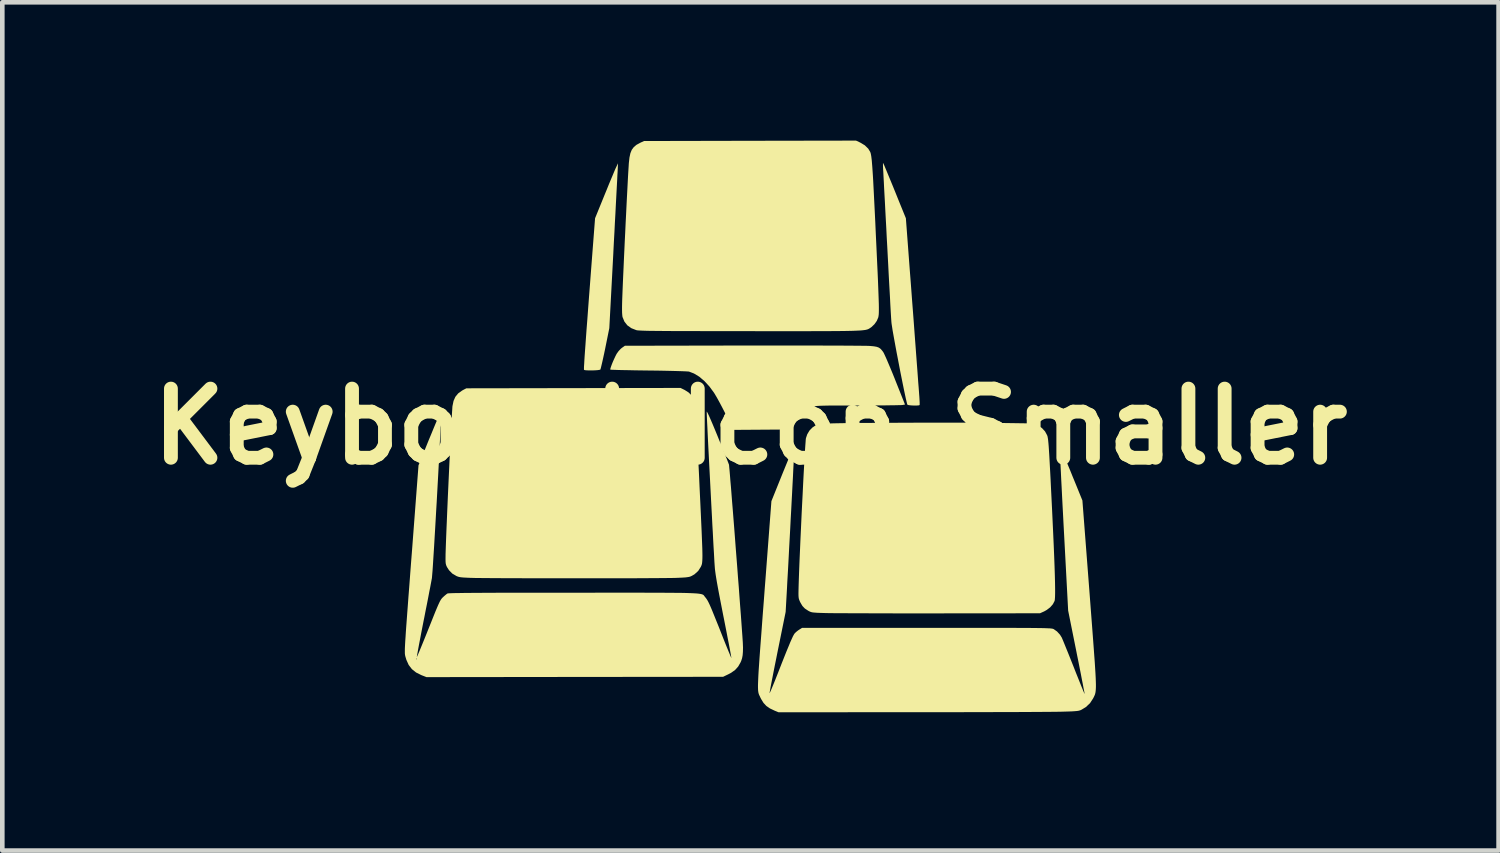
<source format=kicad_pcb>
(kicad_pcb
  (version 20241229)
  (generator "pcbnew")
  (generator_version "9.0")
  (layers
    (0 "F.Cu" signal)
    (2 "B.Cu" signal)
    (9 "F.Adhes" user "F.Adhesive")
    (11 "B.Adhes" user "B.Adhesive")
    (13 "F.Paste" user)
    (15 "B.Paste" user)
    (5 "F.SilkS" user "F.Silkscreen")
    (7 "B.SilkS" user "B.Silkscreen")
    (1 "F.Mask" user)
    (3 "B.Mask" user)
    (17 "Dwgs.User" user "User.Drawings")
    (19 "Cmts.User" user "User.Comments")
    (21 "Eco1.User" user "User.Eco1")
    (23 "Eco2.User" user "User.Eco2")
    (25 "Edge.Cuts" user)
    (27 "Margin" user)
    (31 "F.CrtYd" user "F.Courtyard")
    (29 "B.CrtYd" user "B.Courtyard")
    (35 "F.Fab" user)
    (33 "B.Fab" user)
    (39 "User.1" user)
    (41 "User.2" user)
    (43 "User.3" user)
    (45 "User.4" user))
  (footprint "Keyboard Icon Smaller"
    (layer "F.Cu")
    (at 13.229 6.201)
    (property "Reference" "Keyboard Icon Smaller" (at 0 0 0) (layer "F.SilkS") (effects (font (size 1.5 1.5) (thickness 0.3))))
    (attr board_only exclude_from_pos_files exclude_from_bom)
    (fp_poly (pts (xy -2.881 -5.548) (xy -2.883 -5.511) (xy -2.887 -5.448) (xy -2.891 -5.359) (xy -2.897 -5.248) (xy -2.904 -5.116) (xy -2.912 -4.965) (xy -2.921 -4.797) (xy -2.93 -4.615) (xy -2.941 -4.421) (xy -2.951 -4.216) (xy -2.963 -4.004) (xy -2.974 -3.785) (xy -2.975 -3.759) (xy -3.062 -2.133) (xy -3.151 -1.693) (xy -3.174 -1.583) (xy -3.196 -1.482) (xy -3.216 -1.393) (xy -3.233 -1.321) (xy -3.246 -1.268) (xy -3.254 -1.239) (xy -3.256 -1.235) (xy -3.276 -1.228) (xy -3.318 -1.222) (xy -3.373 -1.218) (xy -3.436 -1.216) (xy -3.498 -1.216) (xy -3.553 -1.218) (xy -3.593 -1.222) (xy -3.611 -1.229) (xy -3.612 -1.238) (xy -3.612 -1.263) (xy -3.611 -1.303) (xy -3.607 -1.36) (xy -3.603 -1.435) (xy -3.597 -1.529) (xy -3.589 -1.643) (xy -3.579 -1.778) (xy -3.568 -1.935) (xy -3.555 -2.114) (xy -3.539 -2.318) (xy -3.522 -2.548) (xy -3.503 -2.803) (xy -3.481 -3.085) (xy -3.459 -3.376) (xy -3.371 -4.517) (xy -3.165 -5.023) (xy -3.116 -5.142) (xy -3.07 -5.256) (xy -3.026 -5.361) (xy -2.987 -5.454) (xy -2.955 -5.531) (xy -2.931 -5.587) (xy -2.916 -5.619) (xy -2.874 -5.709)) (stroke (width 0) (type solid)) (fill yes) (layer "F.SilkS"))
    (fp_poly (pts (xy 2.885 -5.699) (xy 2.905 -5.656) (xy 2.934 -5.586) (xy 2.974 -5.49) (xy 3.024 -5.369) (xy 3.084 -5.224) (xy 3.153 -5.054) (xy 3.215 -4.9) (xy 3.371 -4.517) (xy 3.458 -3.361) (xy 3.474 -3.157) (xy 3.49 -2.945) (xy 3.506 -2.728) (xy 3.523 -2.512) (xy 3.539 -2.301) (xy 3.554 -2.098) (xy 3.568 -1.909) (xy 3.581 -1.738) (xy 3.592 -1.588) (xy 3.598 -1.51) (xy 3.609 -1.363) (xy 3.62 -1.219) (xy 3.63 -1.082) (xy 3.639 -0.956) (xy 3.648 -0.845) (xy 3.655 -0.753) (xy 3.66 -0.682) (xy 3.663 -0.645) (xy 3.667 -0.577) (xy 3.67 -0.521) (xy 3.67 -0.481) (xy 3.669 -0.465) (xy 3.651 -0.458) (xy 3.612 -0.455) (xy 3.561 -0.454) (xy 3.506 -0.456) (xy 3.456 -0.46) (xy 3.419 -0.466) (xy 3.404 -0.473) (xy 3.397 -0.492) (xy 3.386 -0.538) (xy 3.37 -0.606) (xy 3.351 -0.694) (xy 3.329 -0.798) (xy 3.305 -0.916) (xy 3.279 -1.045) (xy 3.252 -1.18) (xy 3.225 -1.32) (xy 3.198 -1.462) (xy 3.171 -1.601) (xy 3.146 -1.736) (xy 3.123 -1.862) (xy 3.102 -1.978) (xy 3.084 -2.079) (xy 3.071 -2.164) (xy 3.061 -2.228) (xy 3.057 -2.264) (xy 3.055 -2.293) (xy 3.051 -2.349) (xy 3.046 -2.43) (xy 3.04 -2.534) (xy 3.033 -2.659) (xy 3.026 -2.802) (xy 3.017 -2.962) (xy 3.007 -3.137) (xy 2.997 -3.324) (xy 2.987 -3.522) (xy 2.976 -3.728) (xy 2.968 -3.884) (xy 2.956 -4.096) (xy 2.946 -4.302) (xy 2.935 -4.501) (xy 2.925 -4.689) (xy 2.916 -4.865) (xy 2.907 -5.027) (xy 2.899 -5.172) (xy 2.893 -5.298) (xy 2.887 -5.402) (xy 2.883 -5.484) (xy 2.88 -5.54) (xy 2.878 -5.562) (xy 2.875 -5.626) (xy 2.874 -5.677) (xy 2.874 -5.708) (xy 2.876 -5.716)) (stroke (width 0) (type solid)) (fill yes) (layer "F.SilkS"))
    (fp_poly (pts (xy 0.908 -1.756) (xy 1.148 -1.756) (xy 1.376 -1.756) (xy 1.589 -1.755) (xy 1.786 -1.755) (xy 1.966 -1.754) (xy 2.126 -1.753) (xy 2.266 -1.752) (xy 2.384 -1.751) (xy 2.477 -1.75) (xy 2.545 -1.749) (xy 2.585 -1.747) (xy 2.591 -1.747) (xy 2.676 -1.739) (xy 2.738 -1.728) (xy 2.784 -1.711) (xy 2.82 -1.686) (xy 2.854 -1.648) (xy 2.879 -1.615) (xy 2.894 -1.588) (xy 2.918 -1.537) (xy 2.95 -1.466) (xy 2.988 -1.377) (xy 3.031 -1.275) (xy 3.078 -1.162) (xy 3.127 -1.041) (xy 3.137 -1.015) (xy 3.352 -0.476) (xy 3.299 -0.466) (xy 3.276 -0.464) (xy 3.225 -0.463) (xy 3.151 -0.461) (xy 3.055 -0.46) (xy 2.941 -0.458) (xy 2.81 -0.457) (xy 2.667 -0.456) (xy 2.512 -0.456) (xy 2.35 -0.455) (xy 2.323 -0.455) (xy 2.132 -0.455) (xy 1.969 -0.455) (xy 1.829 -0.455) (xy 1.712 -0.454) (xy 1.614 -0.452) (xy 1.533 -0.45) (xy 1.467 -0.447) (xy 1.412 -0.442) (xy 1.368 -0.436) (xy 1.331 -0.428) (xy 1.298 -0.418) (xy 1.268 -0.406) (xy 1.237 -0.392) (xy 1.204 -0.376) (xy 1.167 -0.357) (xy 1.107 -0.318) (xy 1.038 -0.26) (xy 0.965 -0.188) (xy 0.895 -0.108) (xy 0.835 -0.029) (xy 0.768 0.066) (xy 0.193 0.07) (xy -0.382 0.074) (xy -0.436 -0.047) (xy -0.49 -0.166) (xy -0.55 -0.29) (xy -0.613 -0.413) (xy -0.675 -0.53) (xy -0.732 -0.633) (xy -0.782 -0.717) (xy -0.792 -0.733) (xy -0.892 -0.869) (xy -0.999 -0.985) (xy -1.111 -1.08) (xy -1.225 -1.149) (xy -1.334 -1.191) (xy -1.358 -1.193) (xy -1.408 -1.196) (xy -1.482 -1.199) (xy -1.577 -1.202) (xy -1.69 -1.205) (xy -1.818 -1.208) (xy -1.958 -1.211) (xy -2.108 -1.213) (xy -2.208 -1.214) (xy -2.361 -1.216) (xy -2.505 -1.218) (xy -2.637 -1.221) (xy -2.755 -1.223) (xy -2.856 -1.225) (xy -2.938 -1.228) (xy -2.998 -1.23) (xy -3.033 -1.232) (xy -3.041 -1.233) (xy -3.04 -1.251) (xy -3.029 -1.288) (xy -3.01 -1.341) (xy -2.986 -1.401) (xy -2.958 -1.464) (xy -2.93 -1.524) (xy -2.904 -1.574) (xy -2.897 -1.585) (xy -2.86 -1.636) (xy -2.814 -1.685) (xy -2.787 -1.707) (xy -2.724 -1.751) (xy -0.149 -1.756) (xy 0.126 -1.756) (xy 0.395 -1.756) (xy 0.656 -1.756)) (stroke (width 0) (type solid)) (fill yes) (layer "F.SilkS"))
    (fp_poly (pts (xy -1.426 -0.791) (xy -1.341 -0.737) (xy -1.273 -0.67) (xy -1.229 -0.595) (xy -1.219 -0.564) (xy -1.214 -0.541) (xy -1.209 -0.509) (xy -1.204 -0.466) (xy -1.198 -0.412) (xy -1.192 -0.345) (xy -1.186 -0.263) (xy -1.18 -0.166) (xy -1.173 -0.052) (xy -1.165 0.079) (xy -1.157 0.231) (xy -1.148 0.402) (xy -1.138 0.596) (xy -1.128 0.812) (xy -1.116 1.053) (xy -1.104 1.32) (xy -1.09 1.614) (xy -1.077 1.89) (xy -1.068 2.091) (xy -1.06 2.265) (xy -1.054 2.415) (xy -1.049 2.541) (xy -1.045 2.647) (xy -1.043 2.735) (xy -1.042 2.807) (xy -1.043 2.865) (xy -1.045 2.91) (xy -1.048 2.947) (xy -1.052 2.976) (xy -1.058 2.999) (xy -1.066 3.02) (xy -1.075 3.04) (xy -1.075 3.041) (xy -1.134 3.134) (xy -1.215 3.207) (xy -1.274 3.241) (xy -1.3 3.253) (xy -1.328 3.262) (xy -1.364 3.268) (xy -1.41 3.274) (xy -1.474 3.278) (xy -1.558 3.282) (xy -1.634 3.285) (xy -1.687 3.286) (xy -1.767 3.287) (xy -1.872 3.288) (xy -1.999 3.289) (xy -2.147 3.29) (xy -2.313 3.291) (xy -2.495 3.292) (xy -2.691 3.292) (xy -2.898 3.293) (xy -3.115 3.293) (xy -3.339 3.293) (xy -3.568 3.293) (xy -3.799 3.293) (xy -4.032 3.293) (xy -4.262 3.293) (xy -4.488 3.293) (xy -4.708 3.292) (xy -4.92 3.292) (xy -5.121 3.291) (xy -5.31 3.291) (xy -5.483 3.29) (xy -5.639 3.289) (xy -5.776 3.288) (xy -5.891 3.287) (xy -5.982 3.286) (xy -6.047 3.284) (xy -6.061 3.284) (xy -6.156 3.28) (xy -6.228 3.276) (xy -6.282 3.271) (xy -6.322 3.264) (xy -6.353 3.254) (xy -6.376 3.245) (xy -6.469 3.19) (xy -6.539 3.118) (xy -6.578 3.058) (xy -6.594 3.027) (xy -6.604 2.999) (xy -6.611 2.968) (xy -6.614 2.929) (xy -6.615 2.874) (xy -6.614 2.797) (xy -6.614 2.777) (xy -6.612 2.709) (xy -6.609 2.617) (xy -6.605 2.503) (xy -6.6 2.371) (xy -6.594 2.223) (xy -6.587 2.06) (xy -6.58 1.887) (xy -6.572 1.704) (xy -6.564 1.515) (xy -6.555 1.321) (xy -6.546 1.126) (xy -6.537 0.932) (xy -6.528 0.741) (xy -6.519 0.556) (xy -6.51 0.379) (xy -6.502 0.212) (xy -6.494 0.059) (xy -6.487 -0.079) (xy -6.48 -0.198) (xy -6.474 -0.298) (xy -6.469 -0.374) (xy -6.466 -0.426) (xy -6.464 -0.443) (xy -6.441 -0.554) (xy -6.401 -0.644) (xy -6.341 -0.717) (xy -6.257 -0.778) (xy -6.229 -0.794) (xy -6.163 -0.828) (xy -3.84 -0.832) (xy -1.517 -0.836)) (stroke (width 0) (type solid)) (fill yes) (layer "F.SilkS"))
    (fp_poly (pts (xy 2.38 -6.159) (xy 2.48 -6.099) (xy 2.554 -6.027) (xy 2.597 -5.956) (xy 2.603 -5.94) (xy 2.609 -5.92) (xy 2.614 -5.895) (xy 2.62 -5.862) (xy 2.625 -5.822) (xy 2.631 -5.772) (xy 2.636 -5.711) (xy 2.642 -5.637) (xy 2.648 -5.55) (xy 2.655 -5.447) (xy 2.662 -5.328) (xy 2.669 -5.191) (xy 2.677 -5.035) (xy 2.686 -4.858) (xy 2.696 -4.659) (xy 2.707 -4.437) (xy 2.718 -4.189) (xy 2.731 -3.916) (xy 2.745 -3.614) (xy 2.748 -3.547) (xy 2.758 -3.337) (xy 2.766 -3.155) (xy 2.772 -2.998) (xy 2.777 -2.864) (xy 2.781 -2.751) (xy 2.784 -2.657) (xy 2.785 -2.58) (xy 2.785 -2.517) (xy 2.784 -2.467) (xy 2.782 -2.428) (xy 2.778 -2.398) (xy 2.774 -2.374) (xy 2.772 -2.366) (xy 2.74 -2.29) (xy 2.688 -2.217) (xy 2.626 -2.158) (xy 2.613 -2.148) (xy 2.597 -2.138) (xy 2.583 -2.128) (xy 2.569 -2.12) (xy 2.554 -2.112) (xy 2.535 -2.105) (xy 2.513 -2.099) (xy 2.485 -2.093) (xy 2.45 -2.089) (xy 2.407 -2.084) (xy 2.355 -2.081) (xy 2.291 -2.078) (xy 2.216 -2.075) (xy 2.126 -2.073) (xy 2.022 -2.071) (xy 1.902 -2.07) (xy 1.763 -2.069) (xy 1.606 -2.068) (xy 1.429 -2.068) (xy 1.229 -2.067) (xy 1.007 -2.067) (xy 0.76 -2.067) (xy 0.487 -2.067) (xy 0.188 -2.067) (xy -0.007 -2.068) (xy -0.322 -2.068) (xy -0.609 -2.068) (xy -0.869 -2.068) (xy -1.104 -2.069) (xy -1.315 -2.069) (xy -1.504 -2.069) (xy -1.67 -2.07) (xy -1.817 -2.071) (xy -1.945 -2.072) (xy -2.055 -2.073) (xy -2.15 -2.074) (xy -2.229 -2.075) (xy -2.295 -2.077) (xy -2.349 -2.079) (xy -2.391 -2.081) (xy -2.425 -2.083) (xy -2.449 -2.085) (xy -2.467 -2.088) (xy -2.477 -2.09) (xy -2.584 -2.132) (xy -2.67 -2.193) (xy -2.734 -2.274) (xy -2.775 -2.373) (xy -2.777 -2.382) (xy -2.781 -2.414) (xy -2.785 -2.468) (xy -2.786 -2.535) (xy -2.786 -2.594) (xy -2.785 -2.65) (xy -2.783 -2.731) (xy -2.779 -2.837) (xy -2.774 -2.964) (xy -2.768 -3.109) (xy -2.761 -3.27) (xy -2.753 -3.444) (xy -2.745 -3.628) (xy -2.736 -3.819) (xy -2.727 -4.015) (xy -2.717 -4.213) (xy -2.708 -4.41) (xy -2.698 -4.604) (xy -2.689 -4.792) (xy -2.68 -4.971) (xy -2.671 -5.138) (xy -2.663 -5.291) (xy -2.656 -5.427) (xy -2.649 -5.543) (xy -2.643 -5.636) (xy -2.639 -5.704) (xy -2.638 -5.716) (xy -2.625 -5.834) (xy -2.605 -5.927) (xy -2.575 -6.001) (xy -2.532 -6.059) (xy -2.475 -6.108) (xy -2.399 -6.15) (xy -2.381 -6.159) (xy -2.308 -6.192) (xy -0.009 -6.197) (xy 2.29 -6.201)) (stroke (width 0) (type solid)) (fill yes) (layer "F.SilkS"))
    (fp_poly (pts (xy 4.249 -0.083) (xy 4.474 -0.083) (xy 4.687 -0.082) (xy 4.886 -0.081) (xy 5.066 -0.08) (xy 5.225 -0.079) (xy 5.357 -0.077) (xy 5.364 -0.077) (xy 6.148 -0.066) (xy 6.232 -0.025) (xy 6.32 0.032) (xy 6.389 0.106) (xy 6.435 0.191) (xy 6.442 0.21) (xy 6.446 0.228) (xy 6.45 0.251) (xy 6.455 0.282) (xy 6.459 0.321) (xy 6.464 0.371) (xy 6.469 0.433) (xy 6.474 0.509) (xy 6.48 0.601) (xy 6.486 0.709) (xy 6.493 0.836) (xy 6.501 0.982) (xy 6.51 1.151) (xy 6.519 1.342) (xy 6.53 1.559) (xy 6.542 1.802) (xy 6.552 2.015) (xy 6.566 2.313) (xy 6.578 2.582) (xy 6.588 2.823) (xy 6.596 3.036) (xy 6.602 3.222) (xy 6.606 3.381) (xy 6.608 3.513) (xy 6.608 3.619) (xy 6.606 3.699) (xy 6.602 3.755) (xy 6.597 3.784) (xy 6.56 3.855) (xy 6.501 3.923) (xy 6.426 3.98) (xy 6.373 4.01) (xy 6.28 4.052) (xy 4.097 4.054) (xy 3.84 4.054) (xy 3.589 4.054) (xy 3.343 4.054) (xy 3.106 4.054) (xy 2.88 4.053) (xy 2.665 4.053) (xy 2.465 4.052) (xy 2.281 4.052) (xy 2.115 4.051) (xy 1.968 4.05) (xy 1.843 4.05) (xy 1.742 4.049) (xy 1.667 4.048) (xy 1.62 4.047) (xy 1.52 4.044) (xy 1.444 4.041) (xy 1.389 4.037) (xy 1.348 4.033) (xy 1.317 4.026) (xy 1.292 4.017) (xy 1.267 4.005) (xy 1.248 3.994) (xy 1.18 3.949) (xy 1.127 3.894) (xy 1.084 3.821) (xy 1.068 3.788) (xy 1.058 3.763) (xy 1.05 3.739) (xy 1.045 3.711) (xy 1.042 3.675) (xy 1.041 3.626) (xy 1.042 3.56) (xy 1.044 3.472) (xy 1.046 3.406) (xy 1.05 3.284) (xy 1.055 3.144) (xy 1.061 2.989) (xy 1.068 2.821) (xy 1.076 2.643) (xy 1.084 2.456) (xy 1.093 2.263) (xy 1.102 2.067) (xy 1.111 1.87) (xy 1.121 1.673) (xy 1.131 1.48) (xy 1.14 1.293) (xy 1.149 1.114) (xy 1.158 0.946) (xy 1.167 0.79) (xy 1.175 0.649) (xy 1.182 0.526) (xy 1.189 0.423) (xy 1.195 0.342) (xy 1.199 0.285) (xy 1.203 0.255) (xy 1.203 0.254) (xy 1.232 0.168) (xy 1.281 0.087) (xy 1.343 0.023) (xy 1.362 0.01) (xy 1.381 -0.003) (xy 1.399 -0.014) (xy 1.418 -0.024) (xy 1.439 -0.033) (xy 1.464 -0.041) (xy 1.495 -0.047) (xy 1.533 -0.053) (xy 1.581 -0.058) (xy 1.64 -0.062) (xy 1.711 -0.065) (xy 1.797 -0.068) (xy 1.9 -0.07) (xy 2.02 -0.072) (xy 2.161 -0.074) (xy 2.322 -0.076) (xy 2.507 -0.077) (xy 2.717 -0.078) (xy 2.954 -0.079) (xy 3.078 -0.08) (xy 3.306 -0.081) (xy 3.541 -0.082) (xy 3.779 -0.083) (xy 4.016 -0.083)) (stroke (width 0) (type solid)) (fill yes) (layer "F.SilkS"))
    (fp_poly (pts (xy 0.952 0.439) (xy 0.952 0.454) (xy 0.952 0.476) (xy 0.949 0.525) (xy 0.946 0.599) (xy 0.941 0.695) (xy 0.935 0.812) (xy 0.928 0.947) (xy 0.921 1.098) (xy 0.912 1.263) (xy 0.903 1.439) (xy 0.893 1.625) (xy 0.883 1.818) (xy 0.872 2.015) (xy 0.862 2.216) (xy 0.851 2.417) (xy 0.84 2.616) (xy 0.83 2.811) (xy 0.82 3) (xy 0.81 3.181) (xy 0.8 3.351) (xy 0.792 3.509) (xy 0.792 3.51) (xy 0.763 4.023) (xy 0.586 4.895) (xy 0.555 5.051) (xy 0.525 5.199) (xy 0.498 5.336) (xy 0.474 5.459) (xy 0.453 5.566) (xy 0.436 5.655) (xy 0.424 5.723) (xy 0.416 5.767) (xy 0.414 5.785) (xy 0.414 5.785) (xy 0.42 5.776) (xy 0.435 5.743) (xy 0.459 5.688) (xy 0.489 5.615) (xy 0.525 5.527) (xy 0.565 5.426) (xy 0.6 5.338) (xy 0.67 5.158) (xy 0.731 5.004) (xy 0.783 4.874) (xy 0.828 4.766) (xy 0.864 4.678) (xy 0.895 4.609) (xy 0.919 4.556) (xy 0.939 4.519) (xy 0.954 4.494) (xy 0.957 4.491) (xy 0.987 4.46) (xy 1.031 4.425) (xy 1.053 4.41) (xy 1.12 4.368) (xy 3.822 4.368) (xy 4.152 4.368) (xy 4.454 4.368) (xy 4.73 4.368) (xy 4.98 4.368) (xy 5.206 4.368) (xy 5.409 4.368) (xy 5.59 4.369) (xy 5.751 4.369) (xy 5.893 4.37) (xy 6.017 4.37) (xy 6.124 4.371) (xy 6.216 4.372) (xy 6.294 4.373) (xy 6.359 4.374) (xy 6.412 4.376) (xy 6.456 4.378) (xy 6.49 4.379) (xy 6.516 4.382) (xy 6.537 4.384) (xy 6.552 4.387) (xy 6.563 4.389) (xy 6.571 4.393) (xy 6.578 4.396) (xy 6.65 4.447) (xy 6.714 4.517) (xy 6.753 4.58) (xy 6.764 4.606) (xy 6.785 4.656) (xy 6.814 4.727) (xy 6.85 4.816) (xy 6.892 4.919) (xy 6.938 5.034) (xy 6.987 5.157) (xy 7.013 5.222) (xy 7.061 5.345) (xy 7.107 5.459) (xy 7.148 5.562) (xy 7.183 5.649) (xy 7.212 5.719) (xy 7.233 5.77) (xy 7.245 5.797) (xy 7.248 5.801) (xy 7.246 5.787) (xy 7.239 5.745) (xy 7.226 5.681) (xy 7.21 5.594) (xy 7.189 5.489) (xy 7.166 5.367) (xy 7.139 5.231) (xy 7.11 5.084) (xy 7.078 4.927) (xy 7.072 4.895) (xy 6.891 3.994) (xy 6.802 2.323) (xy 6.79 2.102) (xy 6.779 1.888) (xy 6.768 1.683) (xy 6.758 1.488) (xy 6.749 1.306) (xy 6.74 1.139) (xy 6.733 0.988) (xy 6.726 0.857) (xy 6.721 0.745) (xy 6.717 0.657) (xy 6.714 0.593) (xy 6.713 0.556) (xy 6.713 0.55) (xy 6.714 0.497) (xy 6.716 0.469) (xy 6.721 0.464) (xy 6.73 0.476) (xy 6.737 0.49) (xy 6.746 0.508) (xy 6.758 0.532) (xy 6.773 0.567) (xy 6.793 0.613) (xy 6.818 0.673) (xy 6.85 0.749) (xy 6.889 0.844) (xy 6.937 0.959) (xy 6.993 1.098) (xy 7.039 1.209) (xy 7.2 1.605) (xy 7.355 3.613) (xy 7.377 3.902) (xy 7.397 4.165) (xy 7.415 4.4) (xy 7.431 4.612) (xy 7.445 4.8) (xy 7.457 4.966) (xy 7.468 5.112) (xy 7.476 5.239) (xy 7.483 5.35) (xy 7.488 5.444) (xy 7.491 5.524) (xy 7.493 5.592) (xy 7.493 5.649) (xy 7.491 5.696) (xy 7.488 5.734) (xy 7.484 5.766) (xy 7.478 5.793) (xy 7.471 5.817) (xy 7.462 5.838) (xy 7.453 5.858) (xy 7.442 5.88) (xy 7.431 5.901) (xy 7.365 6.002) (xy 7.276 6.086) (xy 7.187 6.14) (xy 7.164 6.152) (xy 7.141 6.16) (xy 7.114 6.167) (xy 7.079 6.172) (xy 7.032 6.176) (xy 6.968 6.18) (xy 6.885 6.183) (xy 6.778 6.186) (xy 6.742 6.187) (xy 6.689 6.188) (xy 6.609 6.189) (xy 6.502 6.19) (xy 6.372 6.191) (xy 6.218 6.192) (xy 6.043 6.193) (xy 5.849 6.194) (xy 5.638 6.195) (xy 5.41 6.195) (xy 5.168 6.196) (xy 4.913 6.197) (xy 4.646 6.197) (xy 4.371 6.198) (xy 4.087 6.198) (xy 3.798 6.198) (xy 3.503 6.198) (xy 3.488 6.198) (xy 0.608 6.199) (xy 0.523 6.164) (xy 0.422 6.116) (xy 0.344 6.062) (xy 0.282 5.995) (xy 0.23 5.91) (xy 0.21 5.87) (xy 0.202 5.851) (xy 0.193 5.834) (xy 0.186 5.818) (xy 0.18 5.801) (xy 0.174 5.782) (xy 0.17 5.76) (xy 0.166 5.732) (xy 0.164 5.699) (xy 0.163 5.657) (xy 0.163 5.607) (xy 0.165 5.546) (xy 0.168 5.474) (xy 0.172 5.388) (xy 0.178 5.287) (xy 0.186 5.171) (xy 0.195 5.037) (xy 0.206 4.884) (xy 0.219 4.711) (xy 0.234 4.516) (xy 0.25 4.299) (xy 0.268 4.057) (xy 0.289 3.789) (xy 0.311 3.494) (xy 0.323 3.342) (xy 0.454 1.62) (xy 0.655 1.121) (xy 0.703 1.002) (xy 0.75 0.887) (xy 0.794 0.78) (xy 0.833 0.684) (xy 0.865 0.605) (xy 0.89 0.545) (xy 0.904 0.513) (xy 0.927 0.461) (xy 0.942 0.432) (xy 0.949 0.426)) (stroke (width 0) (type solid)) (fill yes) (layer "F.SilkS"))
    (fp_poly (pts (xy -0.943 -0.318) (xy -0.927 -0.288) (xy -0.9 -0.232) (xy -0.864 -0.15) (xy -0.818 -0.043) (xy -0.763 0.089) (xy -0.712 0.213) (xy -0.662 0.337) (xy -0.615 0.453) (xy -0.572 0.559) (xy -0.535 0.652) (xy -0.504 0.729) (xy -0.482 0.786) (xy -0.469 0.821) (xy -0.466 0.828) (xy -0.464 0.847) (xy -0.46 0.893) (xy -0.453 0.964) (xy -0.445 1.059) (xy -0.436 1.175) (xy -0.424 1.309) (xy -0.412 1.461) (xy -0.399 1.629) (xy -0.384 1.809) (xy -0.369 2) (xy -0.353 2.201) (xy -0.337 2.408) (xy -0.321 2.621) (xy -0.304 2.837) (xy -0.287 3.054) (xy -0.271 3.27) (xy -0.254 3.482) (xy -0.239 3.69) (xy -0.224 3.891) (xy -0.209 4.083) (xy -0.196 4.264) (xy -0.184 4.432) (xy -0.175 4.555) (xy -0.166 4.689) (xy -0.162 4.799) (xy -0.164 4.889) (xy -0.17 4.963) (xy -0.182 5.026) (xy -0.2 5.082) (xy -0.215 5.117) (xy -0.268 5.209) (xy -0.334 5.282) (xy -0.421 5.344) (xy -0.484 5.377) (xy -0.594 5.43) (xy -3.811 5.433) (xy -7.028 5.437) (xy -7.14 5.393) (xy -7.254 5.336) (xy -7.344 5.264) (xy -7.414 5.173) (xy -7.465 5.06) (xy -7.47 5.042) (xy -7.255 5.042) (xy -7.25 5.054) (xy -7.245 5.052) (xy -7.244 5.034) (xy -7.245 5.032) (xy -7.254 5.034) (xy -7.255 5.042) (xy -7.47 5.042) (xy -7.483 4.999) (xy -7.487 4.985) (xy -7.49 4.972) (xy -7.493 4.957) (xy -7.495 4.941) (xy -7.497 4.921) (xy -7.497 4.896) (xy -7.497 4.865) (xy -7.497 4.826) (xy -7.495 4.778) (xy -7.492 4.719) (xy -7.488 4.649) (xy -7.482 4.565) (xy -7.476 4.467) (xy -7.468 4.352) (xy -7.458 4.22) (xy -7.447 4.07) (xy -7.434 3.899) (xy -7.42 3.707) (xy -7.403 3.491) (xy -7.385 3.252) (xy -7.365 2.986) (xy -7.342 2.694) (xy -7.329 2.523) (xy -7.201 0.843) (xy -7.031 0.424) (xy -6.985 0.31) (xy -6.938 0.197) (xy -6.894 0.09) (xy -6.854 -0.007) (xy -6.82 -0.088) (xy -6.794 -0.148) (xy -6.791 -0.155) (xy -6.72 -0.315) (xy -6.716 -0.213) (xy -6.716 -0.178) (xy -6.718 -0.117) (xy -6.721 -0.031) (xy -6.725 0.077) (xy -6.731 0.204) (xy -6.738 0.348) (xy -6.746 0.508) (xy -6.755 0.68) (xy -6.764 0.863) (xy -6.774 1.053) (xy -6.785 1.25) (xy -6.796 1.449) (xy -6.807 1.65) (xy -6.819 1.85) (xy -6.83 2.045) (xy -6.841 2.235) (xy -6.852 2.417) (xy -6.862 2.589) (xy -6.872 2.747) (xy -6.881 2.89) (xy -6.889 3.016) (xy -6.896 3.122) (xy -6.903 3.205) (xy -6.908 3.264) (xy -6.911 3.297) (xy -6.912 3.298) (xy -6.919 3.336) (xy -6.931 3.4) (xy -6.947 3.486) (xy -6.968 3.591) (xy -6.991 3.713) (xy -7.017 3.847) (xy -7.046 3.991) (xy -7.075 4.141) (xy -7.088 4.204) (xy -7.117 4.352) (xy -7.144 4.491) (xy -7.168 4.618) (xy -7.19 4.732) (xy -7.208 4.829) (xy -7.222 4.907) (xy -7.232 4.963) (xy -7.237 4.994) (xy -7.237 5) (xy -7.231 4.989) (xy -7.215 4.954) (xy -7.191 4.897) (xy -7.159 4.821) (xy -7.121 4.728) (xy -7.077 4.62) (xy -7.029 4.501) (xy -6.985 4.391) (xy -6.926 4.244) (xy -6.877 4.121) (xy -6.837 4.021) (xy -6.803 3.94) (xy -6.776 3.877) (xy -6.753 3.827) (xy -6.735 3.79) (xy -6.718 3.761) (xy -6.703 3.739) (xy -6.688 3.721) (xy -6.672 3.705) (xy -6.67 3.703) (xy -6.629 3.666) (xy -6.592 3.636) (xy -6.571 3.622) (xy -6.557 3.62) (xy -6.526 3.618) (xy -6.475 3.616) (xy -6.404 3.614) (xy -6.312 3.613) (xy -6.199 3.611) (xy -6.064 3.61) (xy -5.907 3.609) (xy -5.725 3.608) (xy -5.519 3.607) (xy -5.289 3.607) (xy -5.032 3.606) (xy -4.749 3.606) (xy -4.438 3.606) (xy -4.1 3.606) (xy -3.826 3.606) (xy -3.491 3.606) (xy -3.185 3.605) (xy -2.905 3.605) (xy -2.651 3.605) (xy -2.421 3.605) (xy -2.214 3.606) (xy -2.029 3.606) (xy -1.865 3.607) (xy -1.719 3.608) (xy -1.592 3.609) (xy -1.482 3.61) (xy -1.386 3.612) (xy -1.306 3.615) (xy -1.238 3.618) (xy -1.182 3.621) (xy -1.136 3.625) (xy -1.1 3.63) (xy -1.071 3.635) (xy -1.05 3.641) (xy -1.033 3.648) (xy -1.021 3.655) (xy -1.012 3.663) (xy -1.005 3.673) (xy -0.997 3.683) (xy -0.99 3.694) (xy -0.982 3.703) (xy -0.965 3.724) (xy -0.948 3.748) (xy -0.93 3.777) (xy -0.91 3.815) (xy -0.887 3.863) (xy -0.86 3.924) (xy -0.828 4) (xy -0.79 4.094) (xy -0.744 4.208) (xy -0.689 4.344) (xy -0.629 4.496) (xy -0.583 4.613) (xy -0.54 4.721) (xy -0.501 4.817) (xy -0.468 4.897) (xy -0.442 4.96) (xy -0.424 5.002) (xy -0.415 5.021) (xy -0.414 5.021) (xy -0.416 5.007) (xy -0.423 4.965) (xy -0.435 4.9) (xy -0.451 4.814) (xy -0.471 4.708) (xy -0.495 4.587) (xy -0.521 4.451) (xy -0.55 4.303) (xy -0.581 4.146) (xy -0.587 4.117) (xy -0.625 3.922) (xy -0.658 3.753) (xy -0.686 3.608) (xy -0.709 3.484) (xy -0.728 3.379) (xy -0.743 3.289) (xy -0.755 3.213) (xy -0.764 3.148) (xy -0.771 3.091) (xy -0.775 3.04) (xy -0.777 3.012) (xy -0.782 2.942) (xy -0.787 2.85) (xy -0.793 2.737) (xy -0.801 2.606) (xy -0.809 2.46) (xy -0.817 2.3) (xy -0.827 2.129) (xy -0.836 1.948) (xy -0.846 1.761) (xy -0.856 1.57) (xy -0.866 1.376) (xy -0.876 1.182) (xy -0.886 0.991) (xy -0.896 0.804) (xy -0.905 0.624) (xy -0.914 0.452) (xy -0.922 0.292) (xy -0.929 0.146) (xy -0.935 0.016) (xy -0.941 -0.097) (xy -0.945 -0.189) (xy -0.948 -0.259) (xy -0.949 -0.303) (xy -0.95 -0.321)) (stroke (width 0) (type solid)) (fill yes) (layer "F.SilkS")))
  (gr_rect
    (start -3 -3)
    (end 29.457 15.4)
    (stroke (width 0.1) (type default))
    (fill no)
    (layer "Edge.Cuts")))
</source>
